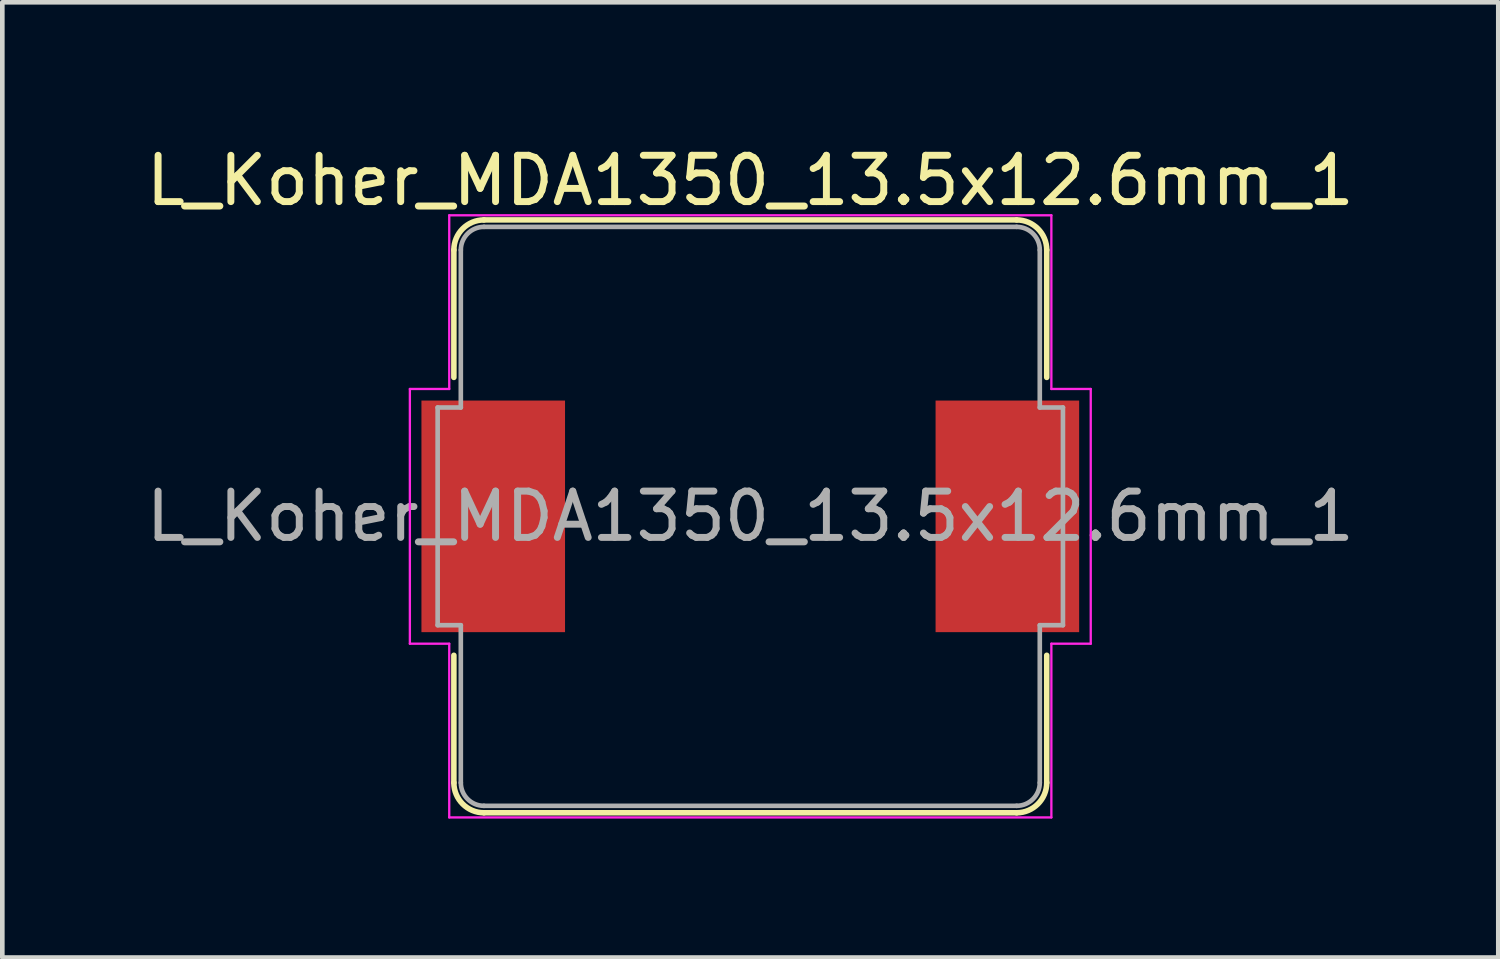
<source format=kicad_pcb>
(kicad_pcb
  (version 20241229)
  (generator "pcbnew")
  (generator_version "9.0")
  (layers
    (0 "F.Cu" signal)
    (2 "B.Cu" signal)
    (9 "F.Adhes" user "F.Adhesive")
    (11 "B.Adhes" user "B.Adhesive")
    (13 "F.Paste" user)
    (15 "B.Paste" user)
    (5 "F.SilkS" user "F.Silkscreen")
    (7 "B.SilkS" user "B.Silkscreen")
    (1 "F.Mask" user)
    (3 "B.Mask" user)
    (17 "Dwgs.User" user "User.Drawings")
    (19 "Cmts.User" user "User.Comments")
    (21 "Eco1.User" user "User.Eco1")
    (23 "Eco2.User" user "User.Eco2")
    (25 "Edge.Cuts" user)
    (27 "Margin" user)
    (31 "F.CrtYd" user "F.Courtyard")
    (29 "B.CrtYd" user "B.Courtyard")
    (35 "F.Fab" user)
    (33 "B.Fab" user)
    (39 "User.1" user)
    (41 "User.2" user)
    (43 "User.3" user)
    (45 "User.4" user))
  (footprint "L_Koher_MDA1350_13.5x12.6mm_1"
    (layer "F.Cu")
    (at 13.149 8.098)
    (property "Reference" "L_Koher_MDA1350_13.5x12.6mm_1" (at 0 -7.25 0) (layer "F.SilkS") (effects (font (size 1 1) (thickness 0.15))))
    (attr smd)
    (fp_line (start -6.4 -5.75) (end -6.4 -3) (stroke (width 0.12) (type solid)) (layer "F.SilkS"))
    (fp_line (start -6.4 3) (end -6.4 5.75) (stroke (width 0.12) (type solid)) (layer "F.SilkS"))
    (fp_line (start -5.75 -6.4) (end 5.75 -6.4) (stroke (width 0.12) (type solid)) (layer "F.SilkS"))
    (fp_line (start 5.75 6.4) (end -5.75 6.4) (stroke (width 0.12) (type solid)) (layer "F.SilkS"))
    (fp_line (start 6.4 -5.75) (end 6.4 -3) (stroke (width 0.12) (type solid)) (layer "F.SilkS"))
    (fp_line (start 6.4 3) (end 6.4 5.75) (stroke (width 0.12) (type solid)) (layer "F.SilkS"))
    (fp_arc (start -6.4 -5.75) (mid -6.209619 -6.209619) (end -5.75 -6.4) (stroke (width 0.12) (type solid)) (layer "F.SilkS"))
    (fp_arc (start -5.75 6.4) (mid -6.209619 6.209619) (end -6.4 5.75) (stroke (width 0.12) (type solid)) (layer "F.SilkS"))
    (fp_arc (start 5.75 -6.4) (mid 6.209619 -6.209619) (end 6.4 -5.75) (stroke (width 0.12) (type solid)) (layer "F.SilkS"))
    (fp_arc (start 6.4 5.75) (mid 6.209619 6.209619) (end 5.75 6.4) (stroke (width 0.12) (type solid)) (layer "F.SilkS"))
    (fp_line (start -7.35 -2.75) (end -6.5 -2.75) (stroke (width 0.05) (type solid)) (layer "F.CrtYd"))
    (fp_line (start -7.35 2.75) (end -7.35 -2.75) (stroke (width 0.05) (type solid)) (layer "F.CrtYd"))
    (fp_line (start -6.5 -6.5) (end 6.5 -6.5) (stroke (width 0.05) (type solid)) (layer "F.CrtYd"))
    (fp_line (start -6.5 -2.75) (end -6.5 -6.5) (stroke (width 0.05) (type solid)) (layer "F.CrtYd"))
    (fp_line (start -6.5 2.75) (end -7.35 2.75) (stroke (width 0.05) (type solid)) (layer "F.CrtYd"))
    (fp_line (start -6.5 2.75) (end -6.5 6.5) (stroke (width 0.05) (type solid)) (layer "F.CrtYd"))
    (fp_line (start 6.5 -2.75) (end 6.5 -6.5) (stroke (width 0.05) (type solid)) (layer "F.CrtYd"))
    (fp_line (start 6.5 -2.75) (end 7.35 -2.75) (stroke (width 0.05) (type solid)) (layer "F.CrtYd"))
    (fp_line (start 6.5 2.75) (end 6.5 6.5) (stroke (width 0.05) (type solid)) (layer "F.CrtYd"))
    (fp_line (start 6.5 6.5) (end -6.5 6.5) (stroke (width 0.05) (type solid)) (layer "F.CrtYd"))
    (fp_line (start 7.35 -2.75) (end 7.35 2.75) (stroke (width 0.05) (type solid)) (layer "F.CrtYd"))
    (fp_line (start 7.35 2.75) (end 6.5 2.75) (stroke (width 0.05) (type solid)) (layer "F.CrtYd"))
    (fp_line (start -6.75 -2.35) (end -6.75 2.35) (stroke (width 0.1) (type solid)) (layer "F.Fab"))
    (fp_line (start -6.75 -2.35) (end -6.25 -2.35) (stroke (width 0.1) (type solid)) (layer "F.Fab"))
    (fp_line (start -6.75 2.35) (end -6.25 2.35) (stroke (width 0.1) (type solid)) (layer "F.Fab"))
    (fp_line (start -6.25 -5.75) (end -6.25 -2.35) (stroke (width 0.1) (type solid)) (layer "F.Fab"))
    (fp_line (start -6.25 2.35) (end -6.25 5.75) (stroke (width 0.1) (type solid)) (layer "F.Fab"))
    (fp_line (start -5.75 -6.25) (end 5.75 -6.25) (stroke (width 0.1) (type solid)) (layer "F.Fab"))
    (fp_line (start 5.75 6.25) (end -5.75 6.25) (stroke (width 0.1) (type solid)) (layer "F.Fab"))
    (fp_line (start 6.25 -2.35) (end 6.25 -5.75) (stroke (width 0.1) (type solid)) (layer "F.Fab"))
    (fp_line (start 6.25 2.35) (end 6.25 5.75) (stroke (width 0.1) (type solid)) (layer "F.Fab"))
    (fp_line (start 6.75 -2.35) (end 6.25 -2.35) (stroke (width 0.1) (type solid)) (layer "F.Fab"))
    (fp_line (start 6.75 -2.35) (end 6.75 2.35) (stroke (width 0.1) (type solid)) (layer "F.Fab"))
    (fp_line (start 6.75 2.35) (end 6.25 2.35) (stroke (width 0.1) (type solid)) (layer "F.Fab"))
    (fp_arc (start -6.25 -5.75) (mid -6.103553 -6.103553) (end -5.75 -6.25) (stroke (width 0.1) (type solid)) (layer "F.Fab"))
    (fp_arc (start -5.75 6.25) (mid -6.103553 6.103553) (end -6.25 5.75) (stroke (width 0.1) (type solid)) (layer "F.Fab"))
    (fp_arc (start 5.75 -6.25) (mid 6.103553 -6.103553) (end 6.25 -5.75) (stroke (width 0.1) (type solid)) (layer "F.Fab"))
    (fp_arc (start 6.25 5.75) (mid 6.103553 6.103553) (end 5.75 6.25) (stroke (width 0.1) (type solid)) (layer "F.Fab"))
    (fp_text user "${REFERENCE}" (at 0 0 0) (layer "F.Fab") (effects (font (size 1 1) (thickness 0.15))))
    (pad "1" smd rect (at -5.55 0) (size 3.1 5) (layers "F.Cu" "F.Mask" "F.Paste"))
    (pad "2" smd rect (at 5.55 0) (size 3.1 5) (layers "F.Cu" "F.Mask" "F.Paste")))
  (gr_rect
    (start -3 -3)
    (end 29.298 17.623)
    (stroke (width 0.1) (type default))
    (fill no)
    (layer "Edge.Cuts")))
</source>
